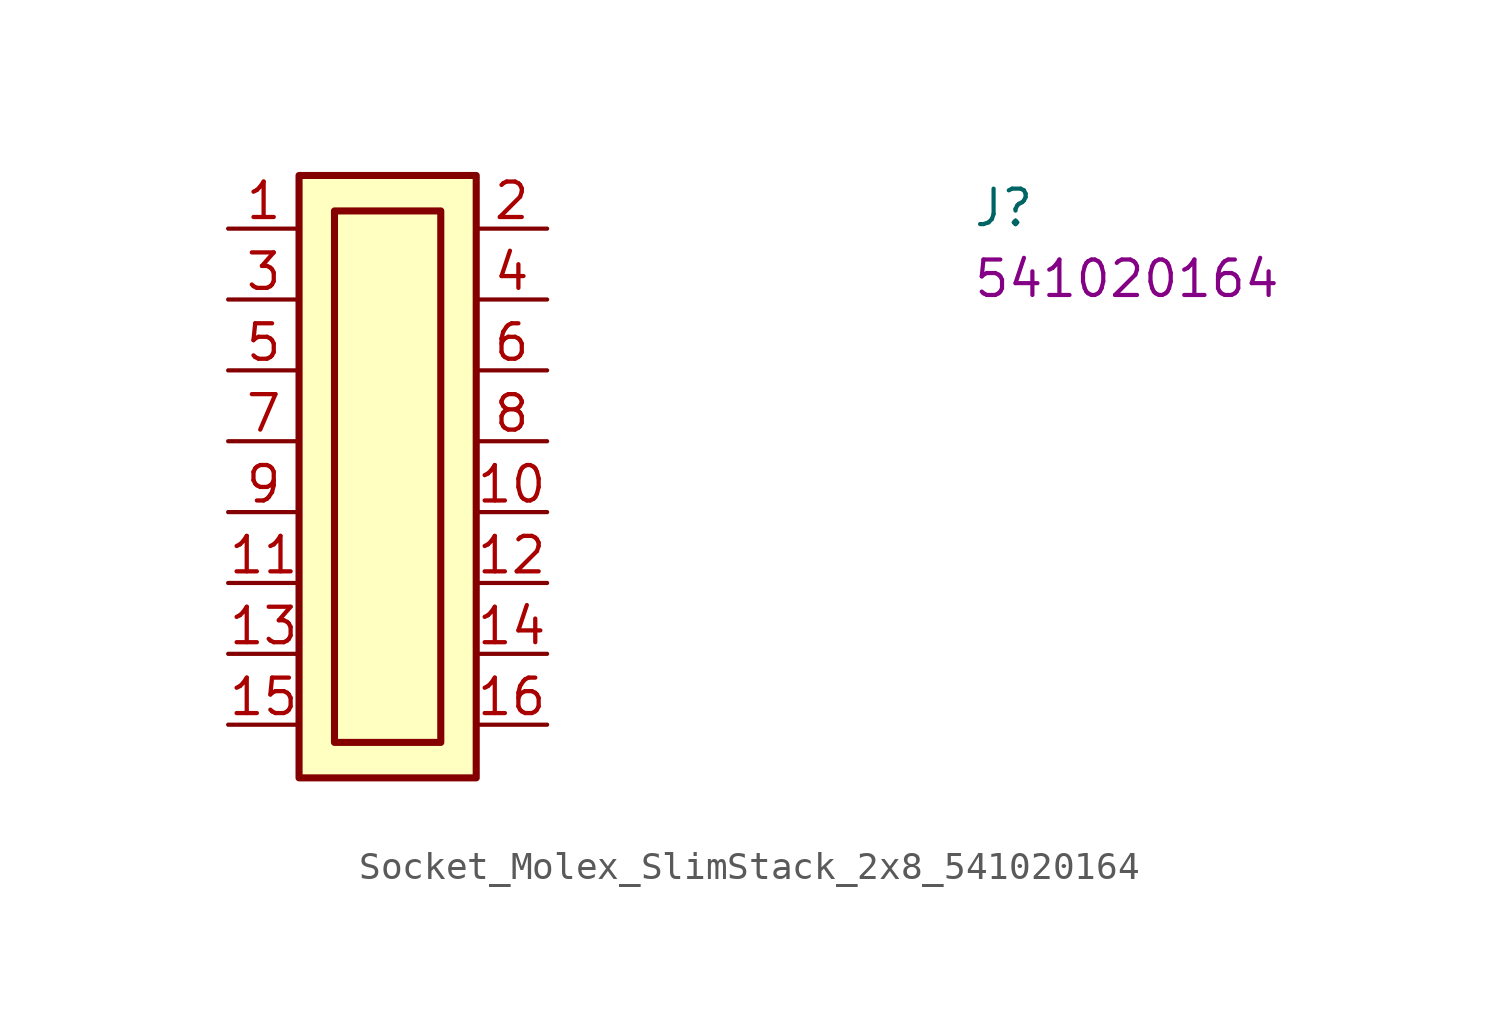
<source format=kicad_sym>
(kicad_symbol_lib
  (version 20220914)
  (generator kicad_symbol_editor)
  (symbol "Socket_Molex_SlimStack_2x8_541020164"
    (property "Reference" "J"
      (at 26.67 0 0)
      (effects (font (size 1.27 1.27) (thickness 0.15)) (justify left bottom)))
    (property "MPN" "541020164"
      (at 26.67 -2.54 0)
      (effects (font (size 1.27 1.27) (thickness 0.15)) (justify left bottom)))
    (symbol "Socket_Molex_SlimStack_2x8_541020164_1_1"
      (rectangle (start 2.54 1.905) (end 8.89 -19.685) (stroke (width 0.254) (type default)) (fill (type background)))
      (rectangle (start 3.81 0.635) (end 7.62 -18.415) (stroke (width 0.254) (type default)) (fill (type background)))
      (pin passive line (at 0 0 0) (length 2.54) (name "~" (effects (font (size 1.27 1.27)))) (number "1" (effects (font (size 1.27 1.27)))))
      (pin passive line (at 11.43 -10.16 180) (length 2.54) (name "~" (effects (font (size 1.27 1.27)))) (number "10" (effects (font (size 1.27 1.27)))))
      (pin passive line (at 0 -12.7 0) (length 2.54) (name "~" (effects (font (size 1.27 1.27)))) (number "11" (effects (font (size 1.27 1.27)))))
      (pin passive line (at 11.43 -12.7 180) (length 2.54) (name "~" (effects (font (size 1.27 1.27)))) (number "12" (effects (font (size 1.27 1.27)))))
      (pin passive line (at 0 -15.24 0) (length 2.54) (name "~" (effects (font (size 1.27 1.27)))) (number "13" (effects (font (size 1.27 1.27)))))
      (pin passive line (at 11.43 -15.24 180) (length 2.54) (name "~" (effects (font (size 1.27 1.27)))) (number "14" (effects (font (size 1.27 1.27)))))
      (pin passive line (at 0 -17.78 0) (length 2.54) (name "~" (effects (font (size 1.27 1.27)))) (number "15" (effects (font (size 1.27 1.27)))))
      (pin passive line (at 11.43 -17.78 180) (length 2.54) (name "~" (effects (font (size 1.27 1.27)))) (number "16" (effects (font (size 1.27 1.27)))))
      (pin passive line (at 11.43 0 180) (length 2.54) (name "~" (effects (font (size 1.27 1.27)))) (number "2" (effects (font (size 1.27 1.27)))))
      (pin passive line (at 0 -2.54 0) (length 2.54) (name "~" (effects (font (size 1.27 1.27)))) (number "3" (effects (font (size 1.27 1.27)))))
      (pin passive line (at 11.43 -2.54 180) (length 2.54) (name "~" (effects (font (size 1.27 1.27)))) (number "4" (effects (font (size 1.27 1.27)))))
      (pin passive line (at 0 -5.08 0) (length 2.54) (name "~" (effects (font (size 1.27 1.27)))) (number "5" (effects (font (size 1.27 1.27)))))
      (pin passive line (at 11.43 -5.08 180) (length 2.54) (name "~" (effects (font (size 1.27 1.27)))) (number "6" (effects (font (size 1.27 1.27)))))
      (pin passive line (at 0 -7.62 0) (length 2.54) (name "~" (effects (font (size 1.27 1.27)))) (number "7" (effects (font (size 1.27 1.27)))))
      (pin passive line (at 11.43 -7.62 180) (length 2.54) (name "~" (effects (font (size 1.27 1.27)))) (number "8" (effects (font (size 1.27 1.27)))))
      (pin passive line (at 0 -10.16 0) (length 2.54) (name "~" (effects (font (size 1.27 1.27)))) (number "9" (effects (font (size 1.27 1.27))))))))
</source>
